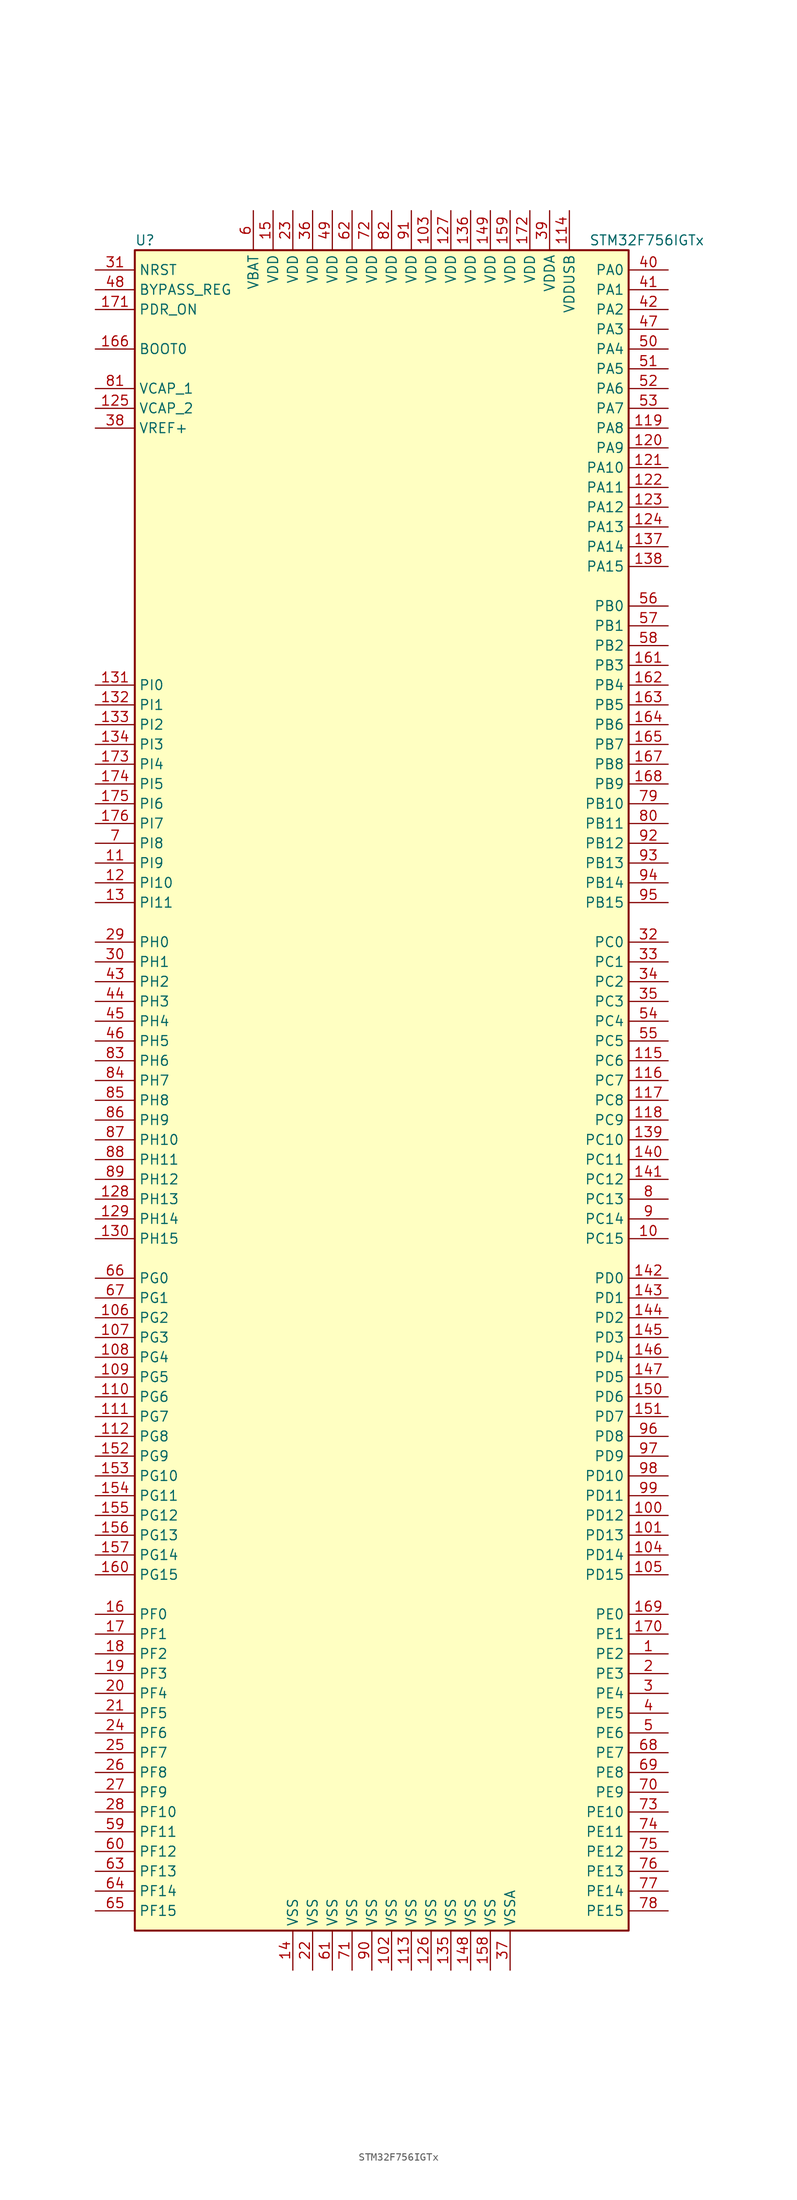
<source format=kicad_sym>
(kicad_symbol_lib
  (version 20201005)
  (generator kicad_symbol_editor)
  (symbol "STM32F756IGTx"
    (property "Reference" "U"
      (at -33.02 107.95 0)
      (effects (font (size 1.27 1.27)) (justify left)))
    (property "Value" "STM32F756IGTx"
      (at 25.4 107.95 0)
      (effects (font (size 1.27 1.27)) (justify left)))
    (symbol "STM32F756IGTx_0_1"
      (rectangle (start -33.02 -109.22) (end 30.48 106.68) (stroke (width 0.254)) (fill (type background))))
    (symbol "STM32F756IGTx_1_1"
      (pin input line (at -38.1 93.98 0) (length 5.08) (name "BOOT0" (effects (font (size 1.27 1.27)))) (number "166" (effects (font (size 1.27 1.27)))))
      (pin input line (at -38.1 101.6 0) (length 5.08) (name "BYPASS_REG" (effects (font (size 1.27 1.27)))) (number "48" (effects (font (size 1.27 1.27)))))
      (pin input line (at -38.1 104.14 0) (length 5.08) (name "NRST" (effects (font (size 1.27 1.27)))) (number "31" (effects (font (size 1.27 1.27)))))
      (pin bidirectional line (at 35.56 104.14 180) (length 5.08) (name "PA0" (effects (font (size 1.27 1.27)))) (number "40" (effects (font (size 1.27 1.27)))))
      (pin bidirectional line (at 35.56 101.6 180) (length 5.08) (name "PA1" (effects (font (size 1.27 1.27)))) (number "41" (effects (font (size 1.27 1.27)))))
      (pin bidirectional line (at 35.56 78.74 180) (length 5.08) (name "PA10" (effects (font (size 1.27 1.27)))) (number "121" (effects (font (size 1.27 1.27)))))
      (pin bidirectional line (at 35.56 76.2 180) (length 5.08) (name "PA11" (effects (font (size 1.27 1.27)))) (number "122" (effects (font (size 1.27 1.27)))))
      (pin bidirectional line (at 35.56 73.66 180) (length 5.08) (name "PA12" (effects (font (size 1.27 1.27)))) (number "123" (effects (font (size 1.27 1.27)))))
      (pin bidirectional line (at 35.56 71.12 180) (length 5.08) (name "PA13" (effects (font (size 1.27 1.27)))) (number "124" (effects (font (size 1.27 1.27)))))
      (pin bidirectional line (at 35.56 68.58 180) (length 5.08) (name "PA14" (effects (font (size 1.27 1.27)))) (number "137" (effects (font (size 1.27 1.27)))))
      (pin bidirectional line (at 35.56 66.04 180) (length 5.08) (name "PA15" (effects (font (size 1.27 1.27)))) (number "138" (effects (font (size 1.27 1.27)))))
      (pin bidirectional line (at 35.56 99.06 180) (length 5.08) (name "PA2" (effects (font (size 1.27 1.27)))) (number "42" (effects (font (size 1.27 1.27)))))
      (pin bidirectional line (at 35.56 96.52 180) (length 5.08) (name "PA3" (effects (font (size 1.27 1.27)))) (number "47" (effects (font (size 1.27 1.27)))))
      (pin bidirectional line (at 35.56 93.98 180) (length 5.08) (name "PA4" (effects (font (size 1.27 1.27)))) (number "50" (effects (font (size 1.27 1.27)))))
      (pin bidirectional line (at 35.56 91.44 180) (length 5.08) (name "PA5" (effects (font (size 1.27 1.27)))) (number "51" (effects (font (size 1.27 1.27)))))
      (pin bidirectional line (at 35.56 88.9 180) (length 5.08) (name "PA6" (effects (font (size 1.27 1.27)))) (number "52" (effects (font (size 1.27 1.27)))))
      (pin bidirectional line (at 35.56 86.36 180) (length 5.08) (name "PA7" (effects (font (size 1.27 1.27)))) (number "53" (effects (font (size 1.27 1.27)))))
      (pin bidirectional line (at 35.56 83.82 180) (length 5.08) (name "PA8" (effects (font (size 1.27 1.27)))) (number "119" (effects (font (size 1.27 1.27)))))
      (pin bidirectional line (at 35.56 81.28 180) (length 5.08) (name "PA9" (effects (font (size 1.27 1.27)))) (number "120" (effects (font (size 1.27 1.27)))))
      (pin bidirectional line (at 35.56 60.96 180) (length 5.08) (name "PB0" (effects (font (size 1.27 1.27)))) (number "56" (effects (font (size 1.27 1.27)))))
      (pin bidirectional line (at 35.56 58.42 180) (length 5.08) (name "PB1" (effects (font (size 1.27 1.27)))) (number "57" (effects (font (size 1.27 1.27)))))
      (pin bidirectional line (at 35.56 35.56 180) (length 5.08) (name "PB10" (effects (font (size 1.27 1.27)))) (number "79" (effects (font (size 1.27 1.27)))))
      (pin bidirectional line (at 35.56 33.02 180) (length 5.08) (name "PB11" (effects (font (size 1.27 1.27)))) (number "80" (effects (font (size 1.27 1.27)))))
      (pin bidirectional line (at 35.56 30.48 180) (length 5.08) (name "PB12" (effects (font (size 1.27 1.27)))) (number "92" (effects (font (size 1.27 1.27)))))
      (pin bidirectional line (at 35.56 27.94 180) (length 5.08) (name "PB13" (effects (font (size 1.27 1.27)))) (number "93" (effects (font (size 1.27 1.27)))))
      (pin bidirectional line (at 35.56 25.4 180) (length 5.08) (name "PB14" (effects (font (size 1.27 1.27)))) (number "94" (effects (font (size 1.27 1.27)))))
      (pin bidirectional line (at 35.56 22.86 180) (length 5.08) (name "PB15" (effects (font (size 1.27 1.27)))) (number "95" (effects (font (size 1.27 1.27)))))
      (pin bidirectional line (at 35.56 55.88 180) (length 5.08) (name "PB2" (effects (font (size 1.27 1.27)))) (number "58" (effects (font (size 1.27 1.27)))))
      (pin bidirectional line (at 35.56 53.34 180) (length 5.08) (name "PB3" (effects (font (size 1.27 1.27)))) (number "161" (effects (font (size 1.27 1.27)))))
      (pin bidirectional line (at 35.56 50.8 180) (length 5.08) (name "PB4" (effects (font (size 1.27 1.27)))) (number "162" (effects (font (size 1.27 1.27)))))
      (pin bidirectional line (at 35.56 48.26 180) (length 5.08) (name "PB5" (effects (font (size 1.27 1.27)))) (number "163" (effects (font (size 1.27 1.27)))))
      (pin bidirectional line (at 35.56 45.72 180) (length 5.08) (name "PB6" (effects (font (size 1.27 1.27)))) (number "164" (effects (font (size 1.27 1.27)))))
      (pin bidirectional line (at 35.56 43.18 180) (length 5.08) (name "PB7" (effects (font (size 1.27 1.27)))) (number "165" (effects (font (size 1.27 1.27)))))
      (pin bidirectional line (at 35.56 40.64 180) (length 5.08) (name "PB8" (effects (font (size 1.27 1.27)))) (number "167" (effects (font (size 1.27 1.27)))))
      (pin bidirectional line (at 35.56 38.1 180) (length 5.08) (name "PB9" (effects (font (size 1.27 1.27)))) (number "168" (effects (font (size 1.27 1.27)))))
      (pin bidirectional line (at 35.56 17.78 180) (length 5.08) (name "PC0" (effects (font (size 1.27 1.27)))) (number "32" (effects (font (size 1.27 1.27)))))
      (pin bidirectional line (at 35.56 15.24 180) (length 5.08) (name "PC1" (effects (font (size 1.27 1.27)))) (number "33" (effects (font (size 1.27 1.27)))))
      (pin bidirectional line (at 35.56 -7.62 180) (length 5.08) (name "PC10" (effects (font (size 1.27 1.27)))) (number "139" (effects (font (size 1.27 1.27)))))
      (pin bidirectional line (at 35.56 -10.16 180) (length 5.08) (name "PC11" (effects (font (size 1.27 1.27)))) (number "140" (effects (font (size 1.27 1.27)))))
      (pin bidirectional line (at 35.56 -12.7 180) (length 5.08) (name "PC12" (effects (font (size 1.27 1.27)))) (number "141" (effects (font (size 1.27 1.27)))))
      (pin bidirectional line (at 35.56 -15.24 180) (length 5.08) (name "PC13" (effects (font (size 1.27 1.27)))) (number "8" (effects (font (size 1.27 1.27)))))
      (pin bidirectional line (at 35.56 -17.78 180) (length 5.08) (name "PC14" (effects (font (size 1.27 1.27)))) (number "9" (effects (font (size 1.27 1.27)))))
      (pin bidirectional line (at 35.56 -20.32 180) (length 5.08) (name "PC15" (effects (font (size 1.27 1.27)))) (number "10" (effects (font (size 1.27 1.27)))))
      (pin bidirectional line (at 35.56 12.7 180) (length 5.08) (name "PC2" (effects (font (size 1.27 1.27)))) (number "34" (effects (font (size 1.27 1.27)))))
      (pin bidirectional line (at 35.56 10.16 180) (length 5.08) (name "PC3" (effects (font (size 1.27 1.27)))) (number "35" (effects (font (size 1.27 1.27)))))
      (pin bidirectional line (at 35.56 7.62 180) (length 5.08) (name "PC4" (effects (font (size 1.27 1.27)))) (number "54" (effects (font (size 1.27 1.27)))))
      (pin bidirectional line (at 35.56 5.08 180) (length 5.08) (name "PC5" (effects (font (size 1.27 1.27)))) (number "55" (effects (font (size 1.27 1.27)))))
      (pin bidirectional line (at 35.56 2.54 180) (length 5.08) (name "PC6" (effects (font (size 1.27 1.27)))) (number "115" (effects (font (size 1.27 1.27)))))
      (pin bidirectional line (at 35.56 0 180) (length 5.08) (name "PC7" (effects (font (size 1.27 1.27)))) (number "116" (effects (font (size 1.27 1.27)))))
      (pin bidirectional line (at 35.56 -2.54 180) (length 5.08) (name "PC8" (effects (font (size 1.27 1.27)))) (number "117" (effects (font (size 1.27 1.27)))))
      (pin bidirectional line (at 35.56 -5.08 180) (length 5.08) (name "PC9" (effects (font (size 1.27 1.27)))) (number "118" (effects (font (size 1.27 1.27)))))
      (pin bidirectional line (at 35.56 -25.4 180) (length 5.08) (name "PD0" (effects (font (size 1.27 1.27)))) (number "142" (effects (font (size 1.27 1.27)))))
      (pin bidirectional line (at 35.56 -27.94 180) (length 5.08) (name "PD1" (effects (font (size 1.27 1.27)))) (number "143" (effects (font (size 1.27 1.27)))))
      (pin bidirectional line (at 35.56 -50.8 180) (length 5.08) (name "PD10" (effects (font (size 1.27 1.27)))) (number "98" (effects (font (size 1.27 1.27)))))
      (pin bidirectional line (at 35.56 -53.34 180) (length 5.08) (name "PD11" (effects (font (size 1.27 1.27)))) (number "99" (effects (font (size 1.27 1.27)))))
      (pin bidirectional line (at 35.56 -55.88 180) (length 5.08) (name "PD12" (effects (font (size 1.27 1.27)))) (number "100" (effects (font (size 1.27 1.27)))))
      (pin bidirectional line (at 35.56 -58.42 180) (length 5.08) (name "PD13" (effects (font (size 1.27 1.27)))) (number "101" (effects (font (size 1.27 1.27)))))
      (pin bidirectional line (at 35.56 -60.96 180) (length 5.08) (name "PD14" (effects (font (size 1.27 1.27)))) (number "104" (effects (font (size 1.27 1.27)))))
      (pin bidirectional line (at 35.56 -63.5 180) (length 5.08) (name "PD15" (effects (font (size 1.27 1.27)))) (number "105" (effects (font (size 1.27 1.27)))))
      (pin bidirectional line (at 35.56 -30.48 180) (length 5.08) (name "PD2" (effects (font (size 1.27 1.27)))) (number "144" (effects (font (size 1.27 1.27)))))
      (pin bidirectional line (at 35.56 -33.02 180) (length 5.08) (name "PD3" (effects (font (size 1.27 1.27)))) (number "145" (effects (font (size 1.27 1.27)))))
      (pin bidirectional line (at 35.56 -35.56 180) (length 5.08) (name "PD4" (effects (font (size 1.27 1.27)))) (number "146" (effects (font (size 1.27 1.27)))))
      (pin bidirectional line (at 35.56 -38.1 180) (length 5.08) (name "PD5" (effects (font (size 1.27 1.27)))) (number "147" (effects (font (size 1.27 1.27)))))
      (pin bidirectional line (at 35.56 -40.64 180) (length 5.08) (name "PD6" (effects (font (size 1.27 1.27)))) (number "150" (effects (font (size 1.27 1.27)))))
      (pin bidirectional line (at 35.56 -43.18 180) (length 5.08) (name "PD7" (effects (font (size 1.27 1.27)))) (number "151" (effects (font (size 1.27 1.27)))))
      (pin bidirectional line (at 35.56 -45.72 180) (length 5.08) (name "PD8" (effects (font (size 1.27 1.27)))) (number "96" (effects (font (size 1.27 1.27)))))
      (pin bidirectional line (at 35.56 -48.26 180) (length 5.08) (name "PD9" (effects (font (size 1.27 1.27)))) (number "97" (effects (font (size 1.27 1.27)))))
      (pin input line (at -38.1 99.06 0) (length 5.08) (name "PDR_ON" (effects (font (size 1.27 1.27)))) (number "171" (effects (font (size 1.27 1.27)))))
      (pin bidirectional line (at 35.56 -68.58 180) (length 5.08) (name "PE0" (effects (font (size 1.27 1.27)))) (number "169" (effects (font (size 1.27 1.27)))))
      (pin bidirectional line (at 35.56 -71.12 180) (length 5.08) (name "PE1" (effects (font (size 1.27 1.27)))) (number "170" (effects (font (size 1.27 1.27)))))
      (pin bidirectional line (at 35.56 -93.98 180) (length 5.08) (name "PE10" (effects (font (size 1.27 1.27)))) (number "73" (effects (font (size 1.27 1.27)))))
      (pin bidirectional line (at 35.56 -96.52 180) (length 5.08) (name "PE11" (effects (font (size 1.27 1.27)))) (number "74" (effects (font (size 1.27 1.27)))))
      (pin bidirectional line (at 35.56 -99.06 180) (length 5.08) (name "PE12" (effects (font (size 1.27 1.27)))) (number "75" (effects (font (size 1.27 1.27)))))
      (pin bidirectional line (at 35.56 -101.6 180) (length 5.08) (name "PE13" (effects (font (size 1.27 1.27)))) (number "76" (effects (font (size 1.27 1.27)))))
      (pin bidirectional line (at 35.56 -104.14 180) (length 5.08) (name "PE14" (effects (font (size 1.27 1.27)))) (number "77" (effects (font (size 1.27 1.27)))))
      (pin bidirectional line (at 35.56 -106.68 180) (length 5.08) (name "PE15" (effects (font (size 1.27 1.27)))) (number "78" (effects (font (size 1.27 1.27)))))
      (pin bidirectional line (at 35.56 -73.66 180) (length 5.08) (name "PE2" (effects (font (size 1.27 1.27)))) (number "1" (effects (font (size 1.27 1.27)))))
      (pin bidirectional line (at 35.56 -76.2 180) (length 5.08) (name "PE3" (effects (font (size 1.27 1.27)))) (number "2" (effects (font (size 1.27 1.27)))))
      (pin bidirectional line (at 35.56 -78.74 180) (length 5.08) (name "PE4" (effects (font (size 1.27 1.27)))) (number "3" (effects (font (size 1.27 1.27)))))
      (pin bidirectional line (at 35.56 -81.28 180) (length 5.08) (name "PE5" (effects (font (size 1.27 1.27)))) (number "4" (effects (font (size 1.27 1.27)))))
      (pin bidirectional line (at 35.56 -83.82 180) (length 5.08) (name "PE6" (effects (font (size 1.27 1.27)))) (number "5" (effects (font (size 1.27 1.27)))))
      (pin bidirectional line (at 35.56 -86.36 180) (length 5.08) (name "PE7" (effects (font (size 1.27 1.27)))) (number "68" (effects (font (size 1.27 1.27)))))
      (pin bidirectional line (at 35.56 -88.9 180) (length 5.08) (name "PE8" (effects (font (size 1.27 1.27)))) (number "69" (effects (font (size 1.27 1.27)))))
      (pin bidirectional line (at 35.56 -91.44 180) (length 5.08) (name "PE9" (effects (font (size 1.27 1.27)))) (number "70" (effects (font (size 1.27 1.27)))))
      (pin bidirectional line (at -38.1 -68.58 0) (length 5.08) (name "PF0" (effects (font (size 1.27 1.27)))) (number "16" (effects (font (size 1.27 1.27)))))
      (pin bidirectional line (at -38.1 -71.12 0) (length 5.08) (name "PF1" (effects (font (size 1.27 1.27)))) (number "17" (effects (font (size 1.27 1.27)))))
      (pin bidirectional line (at -38.1 -93.98 0) (length 5.08) (name "PF10" (effects (font (size 1.27 1.27)))) (number "28" (effects (font (size 1.27 1.27)))))
      (pin bidirectional line (at -38.1 -96.52 0) (length 5.08) (name "PF11" (effects (font (size 1.27 1.27)))) (number "59" (effects (font (size 1.27 1.27)))))
      (pin bidirectional line (at -38.1 -99.06 0) (length 5.08) (name "PF12" (effects (font (size 1.27 1.27)))) (number "60" (effects (font (size 1.27 1.27)))))
      (pin bidirectional line (at -38.1 -101.6 0) (length 5.08) (name "PF13" (effects (font (size 1.27 1.27)))) (number "63" (effects (font (size 1.27 1.27)))))
      (pin bidirectional line (at -38.1 -104.14 0) (length 5.08) (name "PF14" (effects (font (size 1.27 1.27)))) (number "64" (effects (font (size 1.27 1.27)))))
      (pin bidirectional line (at -38.1 -106.68 0) (length 5.08) (name "PF15" (effects (font (size 1.27 1.27)))) (number "65" (effects (font (size 1.27 1.27)))))
      (pin bidirectional line (at -38.1 -73.66 0) (length 5.08) (name "PF2" (effects (font (size 1.27 1.27)))) (number "18" (effects (font (size 1.27 1.27)))))
      (pin bidirectional line (at -38.1 -76.2 0) (length 5.08) (name "PF3" (effects (font (size 1.27 1.27)))) (number "19" (effects (font (size 1.27 1.27)))))
      (pin bidirectional line (at -38.1 -78.74 0) (length 5.08) (name "PF4" (effects (font (size 1.27 1.27)))) (number "20" (effects (font (size 1.27 1.27)))))
      (pin bidirectional line (at -38.1 -81.28 0) (length 5.08) (name "PF5" (effects (font (size 1.27 1.27)))) (number "21" (effects (font (size 1.27 1.27)))))
      (pin bidirectional line (at -38.1 -83.82 0) (length 5.08) (name "PF6" (effects (font (size 1.27 1.27)))) (number "24" (effects (font (size 1.27 1.27)))))
      (pin bidirectional line (at -38.1 -86.36 0) (length 5.08) (name "PF7" (effects (font (size 1.27 1.27)))) (number "25" (effects (font (size 1.27 1.27)))))
      (pin bidirectional line (at -38.1 -88.9 0) (length 5.08) (name "PF8" (effects (font (size 1.27 1.27)))) (number "26" (effects (font (size 1.27 1.27)))))
      (pin bidirectional line (at -38.1 -91.44 0) (length 5.08) (name "PF9" (effects (font (size 1.27 1.27)))) (number "27" (effects (font (size 1.27 1.27)))))
      (pin bidirectional line (at -38.1 -25.4 0) (length 5.08) (name "PG0" (effects (font (size 1.27 1.27)))) (number "66" (effects (font (size 1.27 1.27)))))
      (pin bidirectional line (at -38.1 -27.94 0) (length 5.08) (name "PG1" (effects (font (size 1.27 1.27)))) (number "67" (effects (font (size 1.27 1.27)))))
      (pin bidirectional line (at -38.1 -50.8 0) (length 5.08) (name "PG10" (effects (font (size 1.27 1.27)))) (number "153" (effects (font (size 1.27 1.27)))))
      (pin bidirectional line (at -38.1 -53.34 0) (length 5.08) (name "PG11" (effects (font (size 1.27 1.27)))) (number "154" (effects (font (size 1.27 1.27)))))
      (pin bidirectional line (at -38.1 -55.88 0) (length 5.08) (name "PG12" (effects (font (size 1.27 1.27)))) (number "155" (effects (font (size 1.27 1.27)))))
      (pin bidirectional line (at -38.1 -58.42 0) (length 5.08) (name "PG13" (effects (font (size 1.27 1.27)))) (number "156" (effects (font (size 1.27 1.27)))))
      (pin bidirectional line (at -38.1 -60.96 0) (length 5.08) (name "PG14" (effects (font (size 1.27 1.27)))) (number "157" (effects (font (size 1.27 1.27)))))
      (pin bidirectional line (at -38.1 -63.5 0) (length 5.08) (name "PG15" (effects (font (size 1.27 1.27)))) (number "160" (effects (font (size 1.27 1.27)))))
      (pin bidirectional line (at -38.1 -30.48 0) (length 5.08) (name "PG2" (effects (font (size 1.27 1.27)))) (number "106" (effects (font (size 1.27 1.27)))))
      (pin bidirectional line (at -38.1 -33.02 0) (length 5.08) (name "PG3" (effects (font (size 1.27 1.27)))) (number "107" (effects (font (size 1.27 1.27)))))
      (pin bidirectional line (at -38.1 -35.56 0) (length 5.08) (name "PG4" (effects (font (size 1.27 1.27)))) (number "108" (effects (font (size 1.27 1.27)))))
      (pin bidirectional line (at -38.1 -38.1 0) (length 5.08) (name "PG5" (effects (font (size 1.27 1.27)))) (number "109" (effects (font (size 1.27 1.27)))))
      (pin bidirectional line (at -38.1 -40.64 0) (length 5.08) (name "PG6" (effects (font (size 1.27 1.27)))) (number "110" (effects (font (size 1.27 1.27)))))
      (pin bidirectional line (at -38.1 -43.18 0) (length 5.08) (name "PG7" (effects (font (size 1.27 1.27)))) (number "111" (effects (font (size 1.27 1.27)))))
      (pin bidirectional line (at -38.1 -45.72 0) (length 5.08) (name "PG8" (effects (font (size 1.27 1.27)))) (number "112" (effects (font (size 1.27 1.27)))))
      (pin bidirectional line (at -38.1 -48.26 0) (length 5.08) (name "PG9" (effects (font (size 1.27 1.27)))) (number "152" (effects (font (size 1.27 1.27)))))
      (pin input line (at -38.1 17.78 0) (length 5.08) (name "PH0" (effects (font (size 1.27 1.27)))) (number "29" (effects (font (size 1.27 1.27)))))
      (pin input line (at -38.1 15.24 0) (length 5.08) (name "PH1" (effects (font (size 1.27 1.27)))) (number "30" (effects (font (size 1.27 1.27)))))
      (pin bidirectional line (at -38.1 -7.62 0) (length 5.08) (name "PH10" (effects (font (size 1.27 1.27)))) (number "87" (effects (font (size 1.27 1.27)))))
      (pin bidirectional line (at -38.1 -10.16 0) (length 5.08) (name "PH11" (effects (font (size 1.27 1.27)))) (number "88" (effects (font (size 1.27 1.27)))))
      (pin bidirectional line (at -38.1 -12.7 0) (length 5.08) (name "PH12" (effects (font (size 1.27 1.27)))) (number "89" (effects (font (size 1.27 1.27)))))
      (pin bidirectional line (at -38.1 -15.24 0) (length 5.08) (name "PH13" (effects (font (size 1.27 1.27)))) (number "128" (effects (font (size 1.27 1.27)))))
      (pin bidirectional line (at -38.1 -17.78 0) (length 5.08) (name "PH14" (effects (font (size 1.27 1.27)))) (number "129" (effects (font (size 1.27 1.27)))))
      (pin bidirectional line (at -38.1 -20.32 0) (length 5.08) (name "PH15" (effects (font (size 1.27 1.27)))) (number "130" (effects (font (size 1.27 1.27)))))
      (pin bidirectional line (at -38.1 12.7 0) (length 5.08) (name "PH2" (effects (font (size 1.27 1.27)))) (number "43" (effects (font (size 1.27 1.27)))))
      (pin bidirectional line (at -38.1 10.16 0) (length 5.08) (name "PH3" (effects (font (size 1.27 1.27)))) (number "44" (effects (font (size 1.27 1.27)))))
      (pin bidirectional line (at -38.1 7.62 0) (length 5.08) (name "PH4" (effects (font (size 1.27 1.27)))) (number "45" (effects (font (size 1.27 1.27)))))
      (pin bidirectional line (at -38.1 5.08 0) (length 5.08) (name "PH5" (effects (font (size 1.27 1.27)))) (number "46" (effects (font (size 1.27 1.27)))))
      (pin bidirectional line (at -38.1 2.54 0) (length 5.08) (name "PH6" (effects (font (size 1.27 1.27)))) (number "83" (effects (font (size 1.27 1.27)))))
      (pin bidirectional line (at -38.1 0 0) (length 5.08) (name "PH7" (effects (font (size 1.27 1.27)))) (number "84" (effects (font (size 1.27 1.27)))))
      (pin bidirectional line (at -38.1 -2.54 0) (length 5.08) (name "PH8" (effects (font (size 1.27 1.27)))) (number "85" (effects (font (size 1.27 1.27)))))
      (pin bidirectional line (at -38.1 -5.08 0) (length 5.08) (name "PH9" (effects (font (size 1.27 1.27)))) (number "86" (effects (font (size 1.27 1.27)))))
      (pin bidirectional line (at -38.1 50.8 0) (length 5.08) (name "PI0" (effects (font (size 1.27 1.27)))) (number "131" (effects (font (size 1.27 1.27)))))
      (pin bidirectional line (at -38.1 48.26 0) (length 5.08) (name "PI1" (effects (font (size 1.27 1.27)))) (number "132" (effects (font (size 1.27 1.27)))))
      (pin bidirectional line (at -38.1 25.4 0) (length 5.08) (name "PI10" (effects (font (size 1.27 1.27)))) (number "12" (effects (font (size 1.27 1.27)))))
      (pin bidirectional line (at -38.1 22.86 0) (length 5.08) (name "PI11" (effects (font (size 1.27 1.27)))) (number "13" (effects (font (size 1.27 1.27)))))
      (pin bidirectional line (at -38.1 45.72 0) (length 5.08) (name "PI2" (effects (font (size 1.27 1.27)))) (number "133" (effects (font (size 1.27 1.27)))))
      (pin bidirectional line (at -38.1 43.18 0) (length 5.08) (name "PI3" (effects (font (size 1.27 1.27)))) (number "134" (effects (font (size 1.27 1.27)))))
      (pin bidirectional line (at -38.1 40.64 0) (length 5.08) (name "PI4" (effects (font (size 1.27 1.27)))) (number "173" (effects (font (size 1.27 1.27)))))
      (pin bidirectional line (at -38.1 38.1 0) (length 5.08) (name "PI5" (effects (font (size 1.27 1.27)))) (number "174" (effects (font (size 1.27 1.27)))))
      (pin bidirectional line (at -38.1 35.56 0) (length 5.08) (name "PI6" (effects (font (size 1.27 1.27)))) (number "175" (effects (font (size 1.27 1.27)))))
      (pin bidirectional line (at -38.1 33.02 0) (length 5.08) (name "PI7" (effects (font (size 1.27 1.27)))) (number "176" (effects (font (size 1.27 1.27)))))
      (pin bidirectional line (at -38.1 30.48 0) (length 5.08) (name "PI8" (effects (font (size 1.27 1.27)))) (number "7" (effects (font (size 1.27 1.27)))))
      (pin bidirectional line (at -38.1 27.94 0) (length 5.08) (name "PI9" (effects (font (size 1.27 1.27)))) (number "11" (effects (font (size 1.27 1.27)))))
      (pin power_in line (at -17.78 111.76 270) (length 5.08) (name "VBAT" (effects (font (size 1.27 1.27)))) (number "6" (effects (font (size 1.27 1.27)))))
      (pin power_in line (at -38.1 88.9 0) (length 5.08) (name "VCAP_1" (effects (font (size 1.27 1.27)))) (number "81" (effects (font (size 1.27 1.27)))))
      (pin power_in line (at -38.1 86.36 0) (length 5.08) (name "VCAP_2" (effects (font (size 1.27 1.27)))) (number "125" (effects (font (size 1.27 1.27)))))
      (pin power_in line (at 5.08 111.76 270) (length 5.08) (name "VDD" (effects (font (size 1.27 1.27)))) (number "103" (effects (font (size 1.27 1.27)))))
      (pin power_in line (at 7.62 111.76 270) (length 5.08) (name "VDD" (effects (font (size 1.27 1.27)))) (number "127" (effects (font (size 1.27 1.27)))))
      (pin power_in line (at 10.16 111.76 270) (length 5.08) (name "VDD" (effects (font (size 1.27 1.27)))) (number "136" (effects (font (size 1.27 1.27)))))
      (pin power_in line (at 12.7 111.76 270) (length 5.08) (name "VDD" (effects (font (size 1.27 1.27)))) (number "149" (effects (font (size 1.27 1.27)))))
      (pin power_in line (at -15.24 111.76 270) (length 5.08) (name "VDD" (effects (font (size 1.27 1.27)))) (number "15" (effects (font (size 1.27 1.27)))))
      (pin power_in line (at 15.24 111.76 270) (length 5.08) (name "VDD" (effects (font (size 1.27 1.27)))) (number "159" (effects (font (size 1.27 1.27)))))
      (pin power_in line (at 17.78 111.76 270) (length 5.08) (name "VDD" (effects (font (size 1.27 1.27)))) (number "172" (effects (font (size 1.27 1.27)))))
      (pin power_in line (at -12.7 111.76 270) (length 5.08) (name "VDD" (effects (font (size 1.27 1.27)))) (number "23" (effects (font (size 1.27 1.27)))))
      (pin power_in line (at -10.16 111.76 270) (length 5.08) (name "VDD" (effects (font (size 1.27 1.27)))) (number "36" (effects (font (size 1.27 1.27)))))
      (pin power_in line (at -7.62 111.76 270) (length 5.08) (name "VDD" (effects (font (size 1.27 1.27)))) (number "49" (effects (font (size 1.27 1.27)))))
      (pin power_in line (at -5.08 111.76 270) (length 5.08) (name "VDD" (effects (font (size 1.27 1.27)))) (number "62" (effects (font (size 1.27 1.27)))))
      (pin power_in line (at -2.54 111.76 270) (length 5.08) (name "VDD" (effects (font (size 1.27 1.27)))) (number "72" (effects (font (size 1.27 1.27)))))
      (pin power_in line (at 0 111.76 270) (length 5.08) (name "VDD" (effects (font (size 1.27 1.27)))) (number "82" (effects (font (size 1.27 1.27)))))
      (pin power_in line (at 2.54 111.76 270) (length 5.08) (name "VDD" (effects (font (size 1.27 1.27)))) (number "91" (effects (font (size 1.27 1.27)))))
      (pin power_in line (at 20.32 111.76 270) (length 5.08) (name "VDDA" (effects (font (size 1.27 1.27)))) (number "39" (effects (font (size 1.27 1.27)))))
      (pin power_in line (at 22.86 111.76 270) (length 5.08) (name "VDDUSB" (effects (font (size 1.27 1.27)))) (number "114" (effects (font (size 1.27 1.27)))))
      (pin power_in line (at -38.1 83.82 0) (length 5.08) (name "VREF+" (effects (font (size 1.27 1.27)))) (number "38" (effects (font (size 1.27 1.27)))))
      (pin power_in line (at 0 -114.3 90) (length 5.08) (name "VSS" (effects (font (size 1.27 1.27)))) (number "102" (effects (font (size 1.27 1.27)))))
      (pin power_in line (at 2.54 -114.3 90) (length 5.08) (name "VSS" (effects (font (size 1.27 1.27)))) (number "113" (effects (font (size 1.27 1.27)))))
      (pin power_in line (at 5.08 -114.3 90) (length 5.08) (name "VSS" (effects (font (size 1.27 1.27)))) (number "126" (effects (font (size 1.27 1.27)))))
      (pin power_in line (at 7.62 -114.3 90) (length 5.08) (name "VSS" (effects (font (size 1.27 1.27)))) (number "135" (effects (font (size 1.27 1.27)))))
      (pin power_in line (at -12.7 -114.3 90) (length 5.08) (name "VSS" (effects (font (size 1.27 1.27)))) (number "14" (effects (font (size 1.27 1.27)))))
      (pin power_in line (at 10.16 -114.3 90) (length 5.08) (name "VSS" (effects (font (size 1.27 1.27)))) (number "148" (effects (font (size 1.27 1.27)))))
      (pin power_in line (at 12.7 -114.3 90) (length 5.08) (name "VSS" (effects (font (size 1.27 1.27)))) (number "158" (effects (font (size 1.27 1.27)))))
      (pin power_in line (at -10.16 -114.3 90) (length 5.08) (name "VSS" (effects (font (size 1.27 1.27)))) (number "22" (effects (font (size 1.27 1.27)))))
      (pin power_in line (at -7.62 -114.3 90) (length 5.08) (name "VSS" (effects (font (size 1.27 1.27)))) (number "61" (effects (font (size 1.27 1.27)))))
      (pin power_in line (at -5.08 -114.3 90) (length 5.08) (name "VSS" (effects (font (size 1.27 1.27)))) (number "71" (effects (font (size 1.27 1.27)))))
      (pin power_in line (at -2.54 -114.3 90) (length 5.08) (name "VSS" (effects (font (size 1.27 1.27)))) (number "90" (effects (font (size 1.27 1.27)))))
      (pin power_in line (at 15.24 -114.3 90) (length 5.08) (name "VSSA" (effects (font (size 1.27 1.27)))) (number "37" (effects (font (size 1.27 1.27))))))))
</source>
